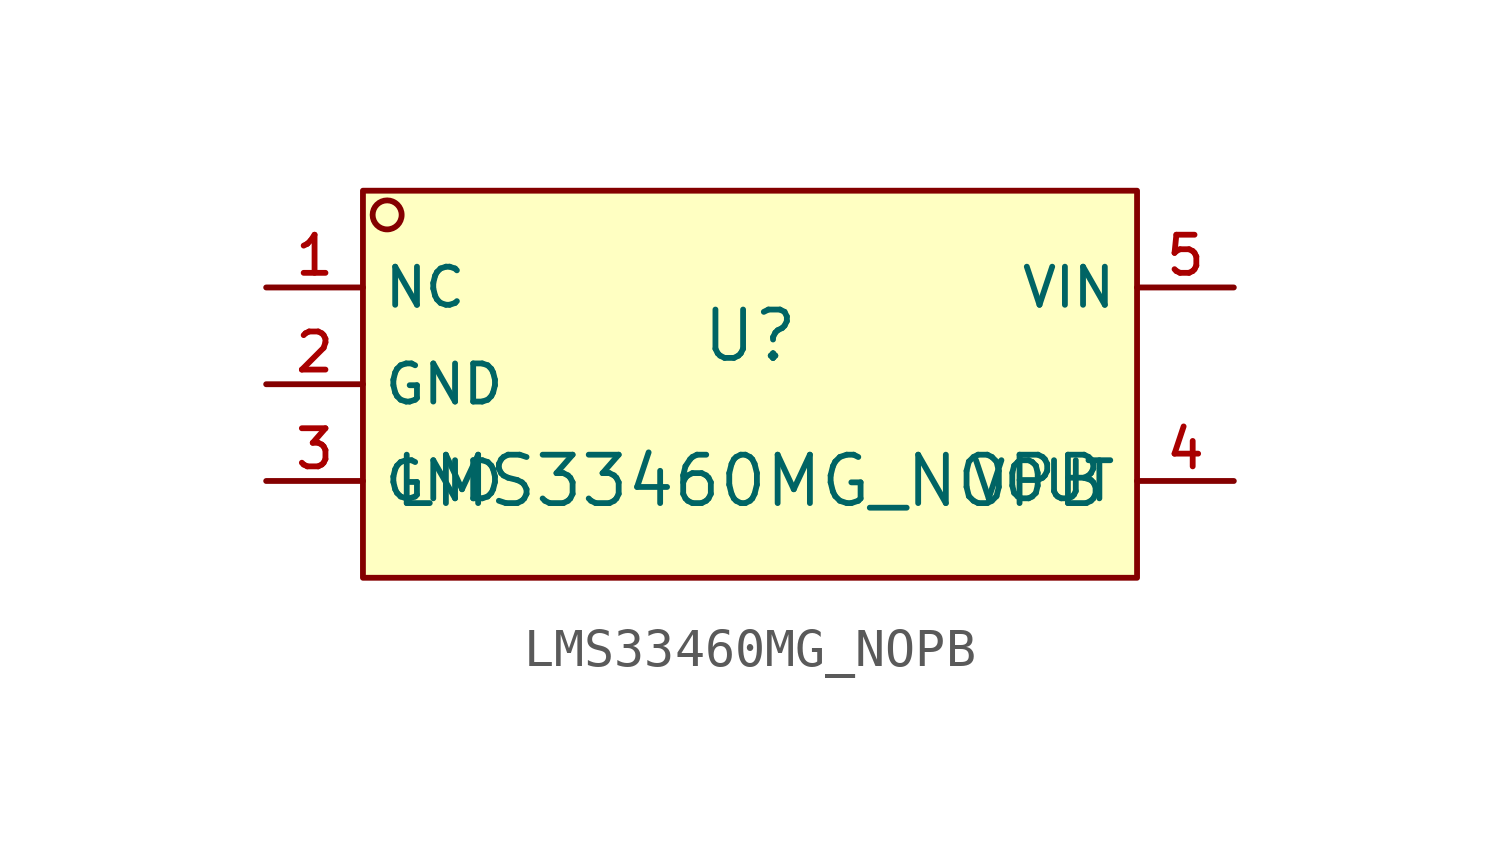
<source format=kicad_sym>
(kicad_symbol_lib
  (version 20210201)
  (generator TousstNicolas/JLC2KiCad_lib)
  (symbol "LMS33460MG_NOPB"
    (property "Reference" "U"
      (at 0 1.27 0)
      (effects (font (size 1.27 1.27))))
    (property "Value" "LMS33460MG_NOPB"
      (at 0 -2.54 0)
      (effects (font (size 1.27 1.27))))
    (symbol "LMS33460MG_NOPB_0_1"
      (rectangle (start -10.16 5.08) (end 10.16 -5.08) (stroke (width 0) (type default) (color 0 0 0 0)) (fill (type background)))
      (circle (center -9.525 4.445) (radius 0.381) (stroke (width 0) (type default) (color 0 0 0 0)) (fill (type background)))
      (pin unspecified line (at -12.7 2.54 0) (length 2.54) (name "NC" (effects (font (size 1 1)))) (number "1" (effects (font (size 1 1)))))
      (pin unspecified line (at -12.7 -0.0 0) (length 2.54) (name "GND" (effects (font (size 1 1)))) (number "2" (effects (font (size 1 1)))))
      (pin unspecified line (at -12.7 -2.54 0) (length 2.54) (name "GND" (effects (font (size 1 1)))) (number "3" (effects (font (size 1 1)))))
      (pin unspecified line (at 12.7 -2.54 180) (length 2.54) (name "VOUT" (effects (font (size 1 1)))) (number "4" (effects (font (size 1 1)))))
      (pin unspecified line (at 12.7 2.54 180) (length 2.54) (name "VIN" (effects (font (size 1 1)))) (number "5" (effects (font (size 1 1))))))))
</source>
